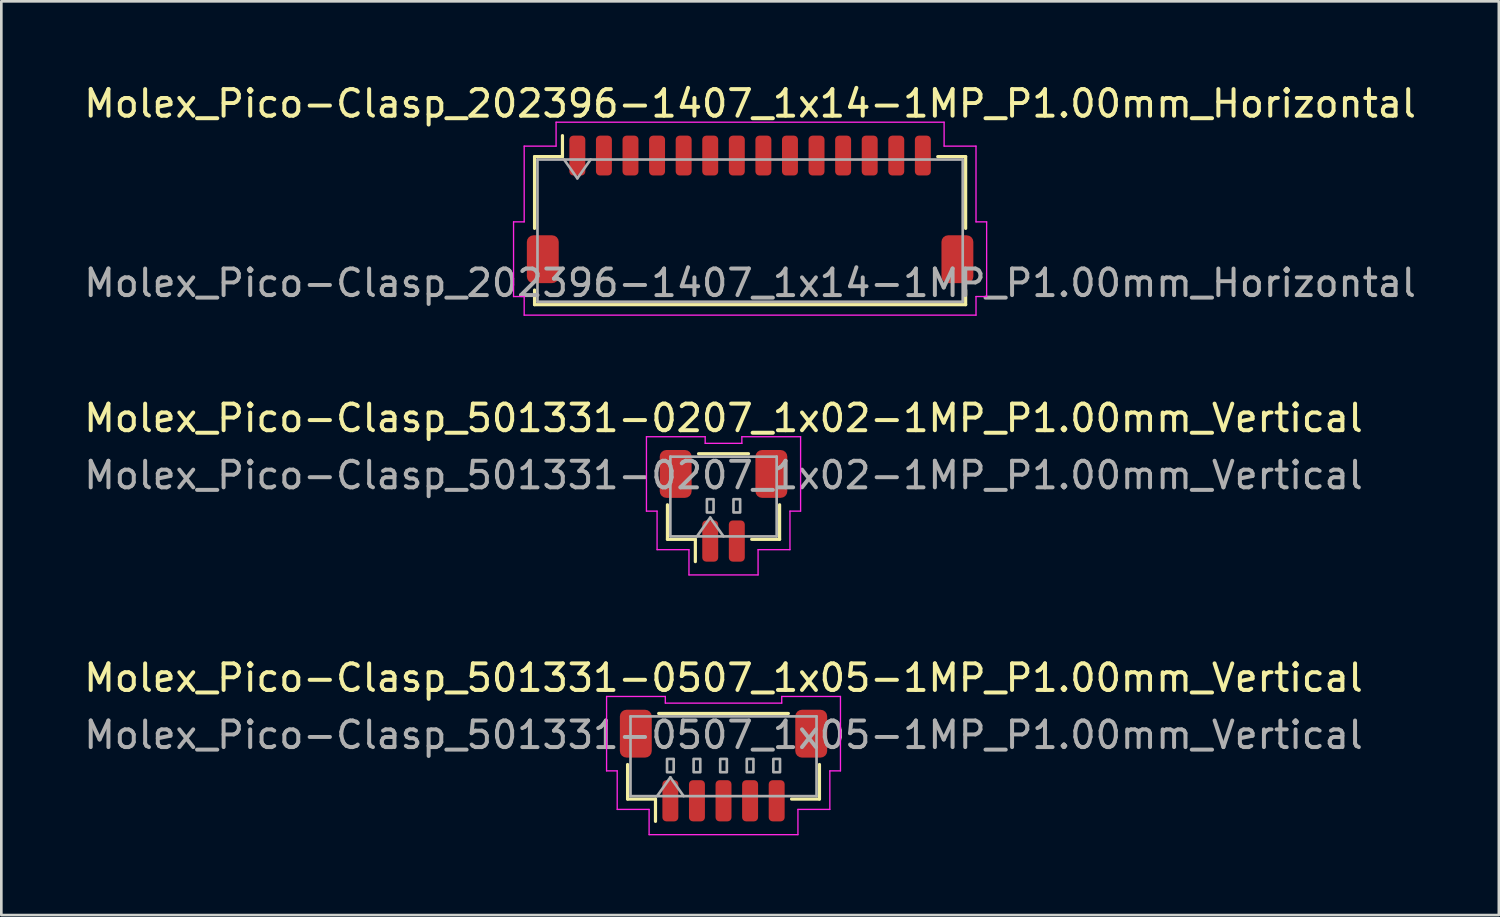
<source format=kicad_pcb>
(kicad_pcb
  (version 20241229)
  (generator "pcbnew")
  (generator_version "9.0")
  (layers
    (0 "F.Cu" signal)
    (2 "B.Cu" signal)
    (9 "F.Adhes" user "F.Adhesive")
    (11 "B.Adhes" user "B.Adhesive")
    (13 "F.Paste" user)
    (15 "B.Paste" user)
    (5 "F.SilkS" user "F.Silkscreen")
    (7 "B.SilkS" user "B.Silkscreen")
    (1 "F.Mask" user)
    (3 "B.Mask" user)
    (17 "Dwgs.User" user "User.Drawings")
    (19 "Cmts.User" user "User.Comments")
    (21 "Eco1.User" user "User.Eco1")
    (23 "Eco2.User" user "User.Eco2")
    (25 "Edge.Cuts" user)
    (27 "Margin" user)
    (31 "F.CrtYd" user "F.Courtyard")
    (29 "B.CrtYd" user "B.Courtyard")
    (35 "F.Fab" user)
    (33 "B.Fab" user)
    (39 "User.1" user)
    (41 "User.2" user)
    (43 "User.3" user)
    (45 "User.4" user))
  (footprint "Molex_Pico-Clasp_501331-0507_1x05-1MP_P1.00mm_Vertical"
    (layer "F.Cu")
    (at 24.173 25.755)
    (property "Reference" "Molex_Pico-Clasp_501331-0507_1x05-1MP_P1.00mm_Vertical" (at 0 -3.3 0) (layer "F.SilkS") (effects (font (size 1 1) (thickness 0.15))))
    (attr smd)
    (fp_line (start -3.61 -0.04) (end -3.61 1.26) (stroke (width 0.12) (type solid)) (layer "F.SilkS"))
    (fp_line (start -3.61 1.26) (end -2.56 1.26) (stroke (width 0.12) (type solid)) (layer "F.SilkS"))
    (fp_line (start -2.56 1.26) (end -2.56 2.1) (stroke (width 0.12) (type solid)) (layer "F.SilkS"))
    (fp_line (start -2.44 -1.96) (end 2.44 -1.96) (stroke (width 0.12) (type solid)) (layer "F.SilkS"))
    (fp_line (start 3.61 -0.04) (end 3.61 1.26) (stroke (width 0.12) (type solid)) (layer "F.SilkS"))
    (fp_line (start 3.61 1.26) (end 2.56 1.26) (stroke (width 0.12) (type solid)) (layer "F.SilkS"))
    (fp_line (start -4.4 -2.6) (end -2.19 -2.6) (stroke (width 0.05) (type solid)) (layer "F.CrtYd"))
    (fp_line (start -4.4 0.2) (end -4.4 -2.6) (stroke (width 0.05) (type solid)) (layer "F.CrtYd"))
    (fp_line (start -4 0.2) (end -4.4 0.2) (stroke (width 0.05) (type solid)) (layer "F.CrtYd"))
    (fp_line (start -4 1.65) (end -4 0.2) (stroke (width 0.05) (type solid)) (layer "F.CrtYd"))
    (fp_line (start -2.8 1.65) (end -4 1.65) (stroke (width 0.05) (type solid)) (layer "F.CrtYd"))
    (fp_line (start -2.8 2.6) (end -2.8 1.65) (stroke (width 0.05) (type solid)) (layer "F.CrtYd"))
    (fp_line (start -2.19 -2.6) (end -2.19 -2.35) (stroke (width 0.05) (type solid)) (layer "F.CrtYd"))
    (fp_line (start -2.19 -2.35) (end 2.19 -2.35) (stroke (width 0.05) (type solid)) (layer "F.CrtYd"))
    (fp_line (start 2.19 -2.6) (end 4.4 -2.6) (stroke (width 0.05) (type solid)) (layer "F.CrtYd"))
    (fp_line (start 2.19 -2.35) (end 2.19 -2.6) (stroke (width 0.05) (type solid)) (layer "F.CrtYd"))
    (fp_line (start 2.8 1.65) (end 2.8 2.6) (stroke (width 0.05) (type solid)) (layer "F.CrtYd"))
    (fp_line (start 2.8 2.6) (end -2.8 2.6) (stroke (width 0.05) (type solid)) (layer "F.CrtYd"))
    (fp_line (start 4 0.2) (end 4 1.65) (stroke (width 0.05) (type solid)) (layer "F.CrtYd"))
    (fp_line (start 4 1.65) (end 2.8 1.65) (stroke (width 0.05) (type solid)) (layer "F.CrtYd"))
    (fp_line (start 4.4 -2.6) (end 4.4 0.2) (stroke (width 0.05) (type solid)) (layer "F.CrtYd"))
    (fp_line (start 4.4 0.2) (end 4 0.2) (stroke (width 0.05) (type solid)) (layer "F.CrtYd"))
    (fp_line (start -3.5 -1.85) (end 3.5 -1.85) (stroke (width 0.1) (type solid)) (layer "F.Fab"))
    (fp_line (start -3.5 1.15) (end -3.5 -1.85) (stroke (width 0.1) (type solid)) (layer "F.Fab"))
    (fp_line (start -3.5 1.15) (end 3.5 1.15) (stroke (width 0.1) (type solid)) (layer "F.Fab"))
    (fp_line (start -2.5 1.15) (end -2 0.443) (stroke (width 0.1) (type solid)) (layer "F.Fab"))
    (fp_line (start -2 0.443) (end -1.5 1.15) (stroke (width 0.1) (type solid)) (layer "F.Fab"))
    (fp_line (start 3.5 1.15) (end 3.5 -1.85) (stroke (width 0.1) (type solid)) (layer "F.Fab"))
    (fp_rect (start -2.125 -0.25) (end -1.875 0.25) (stroke (width 0.1) (type solid)) (fill no) (layer "F.Fab"))
    (fp_rect (start -1.125 -0.25) (end -0.875 0.25) (stroke (width 0.1) (type solid)) (fill no) (layer "F.Fab"))
    (fp_rect (start -0.125 -0.25) (end 0.125 0.25) (stroke (width 0.1) (type solid)) (fill no) (layer "F.Fab"))
    (fp_rect (start 0.875 -0.25) (end 1.125 0.25) (stroke (width 0.1) (type solid)) (fill no) (layer "F.Fab"))
    (fp_rect (start 1.875 -0.25) (end 2.125 0.25) (stroke (width 0.1) (type solid)) (fill no) (layer "F.Fab"))
    (fp_text user "${REFERENCE}" (at 0 -1.15 0) (layer "F.Fab") (effects (font (size 1 1) (thickness 0.15))))
    (pad "1" smd roundrect (at -2 1.325) (size 0.6 1.55) (layers "F.Cu" "F.Mask" "F.Paste") (roundrect_rratio 0.25))
    (pad "2" smd roundrect (at -1 1.325) (size 0.6 1.55) (layers "F.Cu" "F.Mask" "F.Paste") (roundrect_rratio 0.25))
    (pad "3" smd roundrect (at 0 1.325) (size 0.6 1.55) (layers "F.Cu" "F.Mask" "F.Paste") (roundrect_rratio 0.25))
    (pad "4" smd roundrect (at 1 1.325) (size 0.6 1.55) (layers "F.Cu" "F.Mask" "F.Paste") (roundrect_rratio 0.25))
    (pad "5" smd roundrect (at 2 1.325) (size 0.6 1.55) (layers "F.Cu" "F.Mask" "F.Paste") (roundrect_rratio 0.25))
    (pad "MP" smd roundrect (at -3.3 -1.2) (size 1.2 1.8) (layers "F.Cu" "F.Mask" "F.Paste") (roundrect_rratio 0.208))
    (pad "MP" smd roundrect (at 3.3 -1.2) (size 1.2 1.8) (layers "F.Cu" "F.Mask" "F.Paste") (roundrect_rratio 0.208)))
  (footprint "Molex_Pico-Clasp_501331-0207_1x02-1MP_P1.00mm_Vertical"
    (layer "F.Cu")
    (at 24.173 15.982)
    (property "Reference" "Molex_Pico-Clasp_501331-0207_1x02-1MP_P1.00mm_Vertical" (at 0 -3.3 0) (layer "F.SilkS") (effects (font (size 1 1) (thickness 0.15))))
    (attr smd)
    (fp_line (start -2.11 -0.04) (end -2.11 1.26) (stroke (width 0.12) (type solid)) (layer "F.SilkS"))
    (fp_line (start -2.11 1.26) (end -1.06 1.26) (stroke (width 0.12) (type solid)) (layer "F.SilkS"))
    (fp_line (start -1.06 1.26) (end -1.06 2.1) (stroke (width 0.12) (type solid)) (layer "F.SilkS"))
    (fp_line (start -0.94 -1.96) (end 0.94 -1.96) (stroke (width 0.12) (type solid)) (layer "F.SilkS"))
    (fp_line (start 2.11 -0.04) (end 2.11 1.26) (stroke (width 0.12) (type solid)) (layer "F.SilkS"))
    (fp_line (start 2.11 1.26) (end 1.06 1.26) (stroke (width 0.12) (type solid)) (layer "F.SilkS"))
    (fp_line (start -2.9 -2.6) (end -0.69 -2.6) (stroke (width 0.05) (type solid)) (layer "F.CrtYd"))
    (fp_line (start -2.9 0.2) (end -2.9 -2.6) (stroke (width 0.05) (type solid)) (layer "F.CrtYd"))
    (fp_line (start -2.5 0.2) (end -2.9 0.2) (stroke (width 0.05) (type solid)) (layer "F.CrtYd"))
    (fp_line (start -2.5 1.65) (end -2.5 0.2) (stroke (width 0.05) (type solid)) (layer "F.CrtYd"))
    (fp_line (start -1.3 1.65) (end -2.5 1.65) (stroke (width 0.05) (type solid)) (layer "F.CrtYd"))
    (fp_line (start -1.3 2.6) (end -1.3 1.65) (stroke (width 0.05) (type solid)) (layer "F.CrtYd"))
    (fp_line (start -0.69 -2.6) (end -0.69 -2.35) (stroke (width 0.05) (type solid)) (layer "F.CrtYd"))
    (fp_line (start -0.69 -2.35) (end 0.69 -2.35) (stroke (width 0.05) (type solid)) (layer "F.CrtYd"))
    (fp_line (start 0.69 -2.6) (end 2.9 -2.6) (stroke (width 0.05) (type solid)) (layer "F.CrtYd"))
    (fp_line (start 0.69 -2.35) (end 0.69 -2.6) (stroke (width 0.05) (type solid)) (layer "F.CrtYd"))
    (fp_line (start 1.3 1.65) (end 1.3 2.6) (stroke (width 0.05) (type solid)) (layer "F.CrtYd"))
    (fp_line (start 1.3 2.6) (end -1.3 2.6) (stroke (width 0.05) (type solid)) (layer "F.CrtYd"))
    (fp_line (start 2.5 0.2) (end 2.5 1.65) (stroke (width 0.05) (type solid)) (layer "F.CrtYd"))
    (fp_line (start 2.5 1.65) (end 1.3 1.65) (stroke (width 0.05) (type solid)) (layer "F.CrtYd"))
    (fp_line (start 2.9 -2.6) (end 2.9 0.2) (stroke (width 0.05) (type solid)) (layer "F.CrtYd"))
    (fp_line (start 2.9 0.2) (end 2.5 0.2) (stroke (width 0.05) (type solid)) (layer "F.CrtYd"))
    (fp_line (start -2 -1.85) (end 2 -1.85) (stroke (width 0.1) (type solid)) (layer "F.Fab"))
    (fp_line (start -2 1.15) (end -2 -1.85) (stroke (width 0.1) (type solid)) (layer "F.Fab"))
    (fp_line (start -2 1.15) (end 2 1.15) (stroke (width 0.1) (type solid)) (layer "F.Fab"))
    (fp_line (start -1 1.15) (end -0.5 0.443) (stroke (width 0.1) (type solid)) (layer "F.Fab"))
    (fp_line (start -0.5 0.443) (end 0 1.15) (stroke (width 0.1) (type solid)) (layer "F.Fab"))
    (fp_line (start 2 1.15) (end 2 -1.85) (stroke (width 0.1) (type solid)) (layer "F.Fab"))
    (fp_rect (start -0.625 -0.25) (end -0.375 0.25) (stroke (width 0.1) (type solid)) (fill no) (layer "F.Fab"))
    (fp_rect (start 0.375 -0.25) (end 0.625 0.25) (stroke (width 0.1) (type solid)) (fill no) (layer "F.Fab"))
    (fp_text user "${REFERENCE}" (at 0 -1.15 0) (layer "F.Fab") (effects (font (size 1 1) (thickness 0.15))))
    (pad "1" smd roundrect (at -0.5 1.325) (size 0.6 1.55) (layers "F.Cu" "F.Mask" "F.Paste") (roundrect_rratio 0.25))
    (pad "2" smd roundrect (at 0.5 1.325) (size 0.6 1.55) (layers "F.Cu" "F.Mask" "F.Paste") (roundrect_rratio 0.25))
    (pad "MP" smd roundrect (at -1.8 -1.2) (size 1.2 1.8) (layers "F.Cu" "F.Mask" "F.Paste") (roundrect_rratio 0.208))
    (pad "MP" smd roundrect (at 1.8 -1.2) (size 1.2 1.8) (layers "F.Cu" "F.Mask" "F.Paste") (roundrect_rratio 0.208)))
  (footprint "Molex_Pico-Clasp_202396-1407_1x14-1MP_P1.00mm_Horizontal"
    (layer "F.Cu")
    (at 25.173 4.828)
    (property "Reference" "Molex_Pico-Clasp_202396-1407_1x14-1MP_P1.00mm_Horizontal" (at 0 -3.98 0) (layer "F.SilkS") (effects (font (size 1 1) (thickness 0.15))))
    (attr smd)
    (fp_line (start -8.11 -1.985) (end -7.06 -1.985) (stroke (width 0.12) (type solid)) (layer "F.SilkS"))
    (fp_line (start -8.11 0.715) (end -8.11 -1.985) (stroke (width 0.12) (type solid)) (layer "F.SilkS"))
    (fp_line (start -8.11 3.035) (end -8.11 3.585) (stroke (width 0.12) (type solid)) (layer "F.SilkS"))
    (fp_line (start -8.11 3.585) (end 8.11 3.585) (stroke (width 0.12) (type solid)) (layer "F.SilkS"))
    (fp_line (start -7.06 -1.985) (end -7.06 -2.775) (stroke (width 0.12) (type solid)) (layer "F.SilkS"))
    (fp_line (start 8.11 -1.985) (end 7.06 -1.985) (stroke (width 0.12) (type solid)) (layer "F.SilkS"))
    (fp_line (start 8.11 0.715) (end 8.11 -1.985) (stroke (width 0.12) (type solid)) (layer "F.SilkS"))
    (fp_line (start 8.11 3.585) (end 8.11 3.035) (stroke (width 0.12) (type solid)) (layer "F.SilkS"))
    (fp_line (start -8.9 0.47) (end -8.5 0.47) (stroke (width 0.05) (type solid)) (layer "F.CrtYd"))
    (fp_line (start -8.9 3.28) (end -8.9 0.47) (stroke (width 0.05) (type solid)) (layer "F.CrtYd"))
    (fp_line (start -8.5 -2.38) (end -7.3 -2.38) (stroke (width 0.05) (type solid)) (layer "F.CrtYd"))
    (fp_line (start -8.5 0.47) (end -8.5 -2.38) (stroke (width 0.05) (type solid)) (layer "F.CrtYd"))
    (fp_line (start -8.5 3.28) (end -8.9 3.28) (stroke (width 0.05) (type solid)) (layer "F.CrtYd"))
    (fp_line (start -8.5 3.98) (end -8.5 3.28) (stroke (width 0.05) (type solid)) (layer "F.CrtYd"))
    (fp_line (start -7.3 -3.28) (end 7.3 -3.28) (stroke (width 0.05) (type solid)) (layer "F.CrtYd"))
    (fp_line (start -7.3 -2.38) (end -7.3 -3.28) (stroke (width 0.05) (type solid)) (layer "F.CrtYd"))
    (fp_line (start 7.3 -3.28) (end 7.3 -2.38) (stroke (width 0.05) (type solid)) (layer "F.CrtYd"))
    (fp_line (start 7.3 -2.38) (end 8.5 -2.38) (stroke (width 0.05) (type solid)) (layer "F.CrtYd"))
    (fp_line (start 8.5 -2.38) (end 8.5 0.47) (stroke (width 0.05) (type solid)) (layer "F.CrtYd"))
    (fp_line (start 8.5 0.47) (end 8.9 0.47) (stroke (width 0.05) (type solid)) (layer "F.CrtYd"))
    (fp_line (start 8.5 3.28) (end 8.5 3.98) (stroke (width 0.05) (type solid)) (layer "F.CrtYd"))
    (fp_line (start 8.5 3.98) (end -8.5 3.98) (stroke (width 0.05) (type solid)) (layer "F.CrtYd"))
    (fp_line (start 8.9 0.47) (end 8.9 3.28) (stroke (width 0.05) (type solid)) (layer "F.CrtYd"))
    (fp_line (start 8.9 3.28) (end 8.5 3.28) (stroke (width 0.05) (type solid)) (layer "F.CrtYd"))
    (fp_line (start -8 -1.875) (end -8 3.475) (stroke (width 0.1) (type solid)) (layer "F.Fab"))
    (fp_line (start -8 -1.875) (end 8 -1.875) (stroke (width 0.1) (type solid)) (layer "F.Fab"))
    (fp_line (start -8 3.475) (end 8 3.475) (stroke (width 0.1) (type solid)) (layer "F.Fab"))
    (fp_line (start -7 -1.875) (end -6.5 -1.168) (stroke (width 0.1) (type solid)) (layer "F.Fab"))
    (fp_line (start -6.5 -1.168) (end -6 -1.875) (stroke (width 0.1) (type solid)) (layer "F.Fab"))
    (fp_line (start 8 -1.875) (end 8 3.475) (stroke (width 0.1) (type solid)) (layer "F.Fab"))
    (fp_text user "${REFERENCE}" (at 0 2.77 0) (layer "F.Fab") (effects (font (size 1 1) (thickness 0.15))))
    (pad "1" smd roundrect (at -6.5 -2.025) (size 0.6 1.5) (layers "F.Cu" "F.Mask" "F.Paste") (roundrect_rratio 0.25))
    (pad "2" smd roundrect (at -5.5 -2.025) (size 0.6 1.5) (layers "F.Cu" "F.Mask" "F.Paste") (roundrect_rratio 0.25))
    (pad "3" smd roundrect (at -4.5 -2.025) (size 0.6 1.5) (layers "F.Cu" "F.Mask" "F.Paste") (roundrect_rratio 0.25))
    (pad "4" smd roundrect (at -3.5 -2.025) (size 0.6 1.5) (layers "F.Cu" "F.Mask" "F.Paste") (roundrect_rratio 0.25))
    (pad "5" smd roundrect (at -2.5 -2.025) (size 0.6 1.5) (layers "F.Cu" "F.Mask" "F.Paste") (roundrect_rratio 0.25))
    (pad "6" smd roundrect (at -1.5 -2.025) (size 0.6 1.5) (layers "F.Cu" "F.Mask" "F.Paste") (roundrect_rratio 0.25))
    (pad "7" smd roundrect (at -0.5 -2.025) (size 0.6 1.5) (layers "F.Cu" "F.Mask" "F.Paste") (roundrect_rratio 0.25))
    (pad "8" smd roundrect (at 0.5 -2.025) (size 0.6 1.5) (layers "F.Cu" "F.Mask" "F.Paste") (roundrect_rratio 0.25))
    (pad "9" smd roundrect (at 1.5 -2.025) (size 0.6 1.5) (layers "F.Cu" "F.Mask" "F.Paste") (roundrect_rratio 0.25))
    (pad "10" smd roundrect (at 2.5 -2.025) (size 0.6 1.5) (layers "F.Cu" "F.Mask" "F.Paste") (roundrect_rratio 0.25))
    (pad "11" smd roundrect (at 3.5 -2.025) (size 0.6 1.5) (layers "F.Cu" "F.Mask" "F.Paste") (roundrect_rratio 0.25))
    (pad "12" smd roundrect (at 4.5 -2.025) (size 0.6 1.5) (layers "F.Cu" "F.Mask" "F.Paste") (roundrect_rratio 0.25))
    (pad "13" smd roundrect (at 5.5 -2.025) (size 0.6 1.5) (layers "F.Cu" "F.Mask" "F.Paste") (roundrect_rratio 0.25))
    (pad "14" smd roundrect (at 6.5 -2.025) (size 0.6 1.5) (layers "F.Cu" "F.Mask" "F.Paste") (roundrect_rratio 0.25))
    (pad "MP" smd roundrect (at -7.8 1.875) (size 1.2 1.8) (layers "F.Cu" "F.Mask" "F.Paste") (roundrect_rratio 0.208))
    (pad "MP" smd roundrect (at 7.8 1.875) (size 1.2 1.8) (layers "F.Cu" "F.Mask" "F.Paste") (roundrect_rratio 0.208)))
  (gr_rect
    (start -3 -3)
    (end 53.345 31.38)
    (stroke (width 0.1) (type default))
    (fill no)
    (layer "Edge.Cuts")))
</source>
